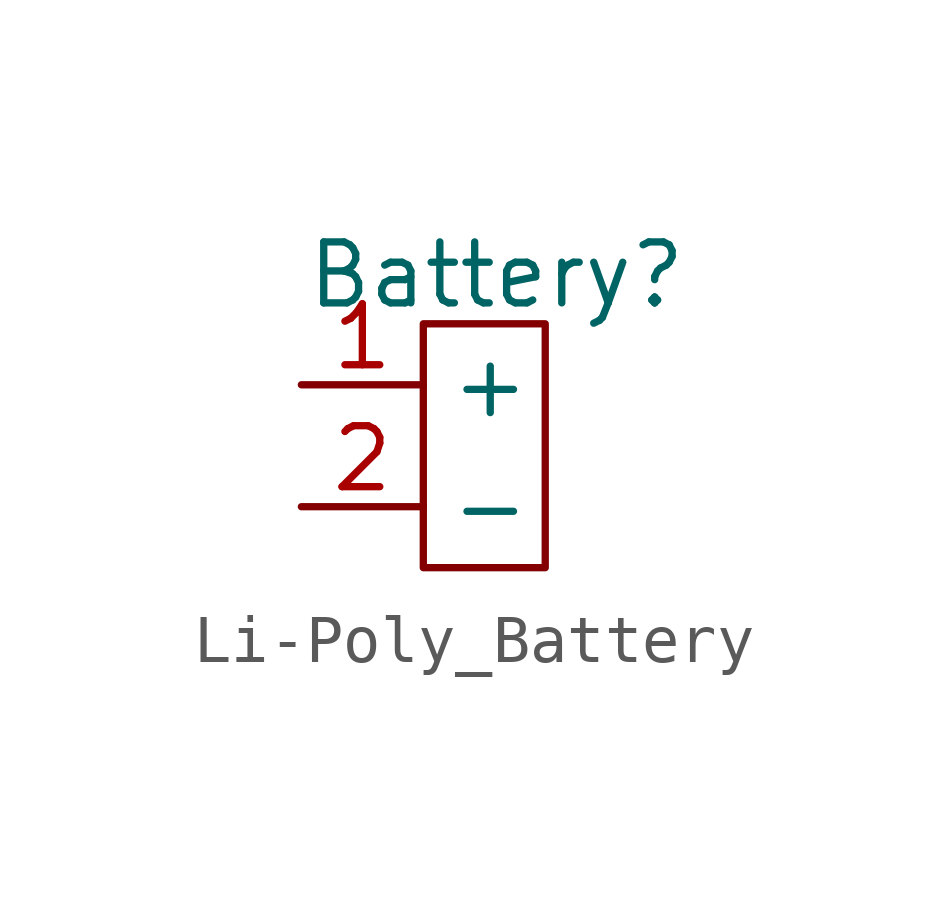
<source format=kicad_sym>
(kicad_symbol_lib
  (version 20241209)
  (generator "kicad_symbol_editor")
  (generator_version "9.0")
  (symbol "Li-Poly_Battery"
    (property "Reference" "Battery"
      (at 1.524 2.286 0)
      (effects (font (size 1.27 1.27))))
    (property "Value" ""
      (at 0 0 0)
      (effects (font (size 1.27 1.27))))
    (symbol "Li-Poly_Battery_0_1"
      (rectangle (start 0 1.27) (end 2.54 -3.81) (stroke (width 0) (type default)) (fill (type none))))
    (symbol "Li-Poly_Battery_1_1"
      (pin output line (at -2.54 0 0) (length 2.54) (name "+" (effects (font (size 1.27 1.27)))) (number "1" (effects (font (size 1.27 1.27)))))
      (pin output line (at -2.54 -2.54 0) (length 2.54) (name "-" (effects (font (size 1.27 1.27)))) (number "2" (effects (font (size 1.27 1.27))))))))
</source>
